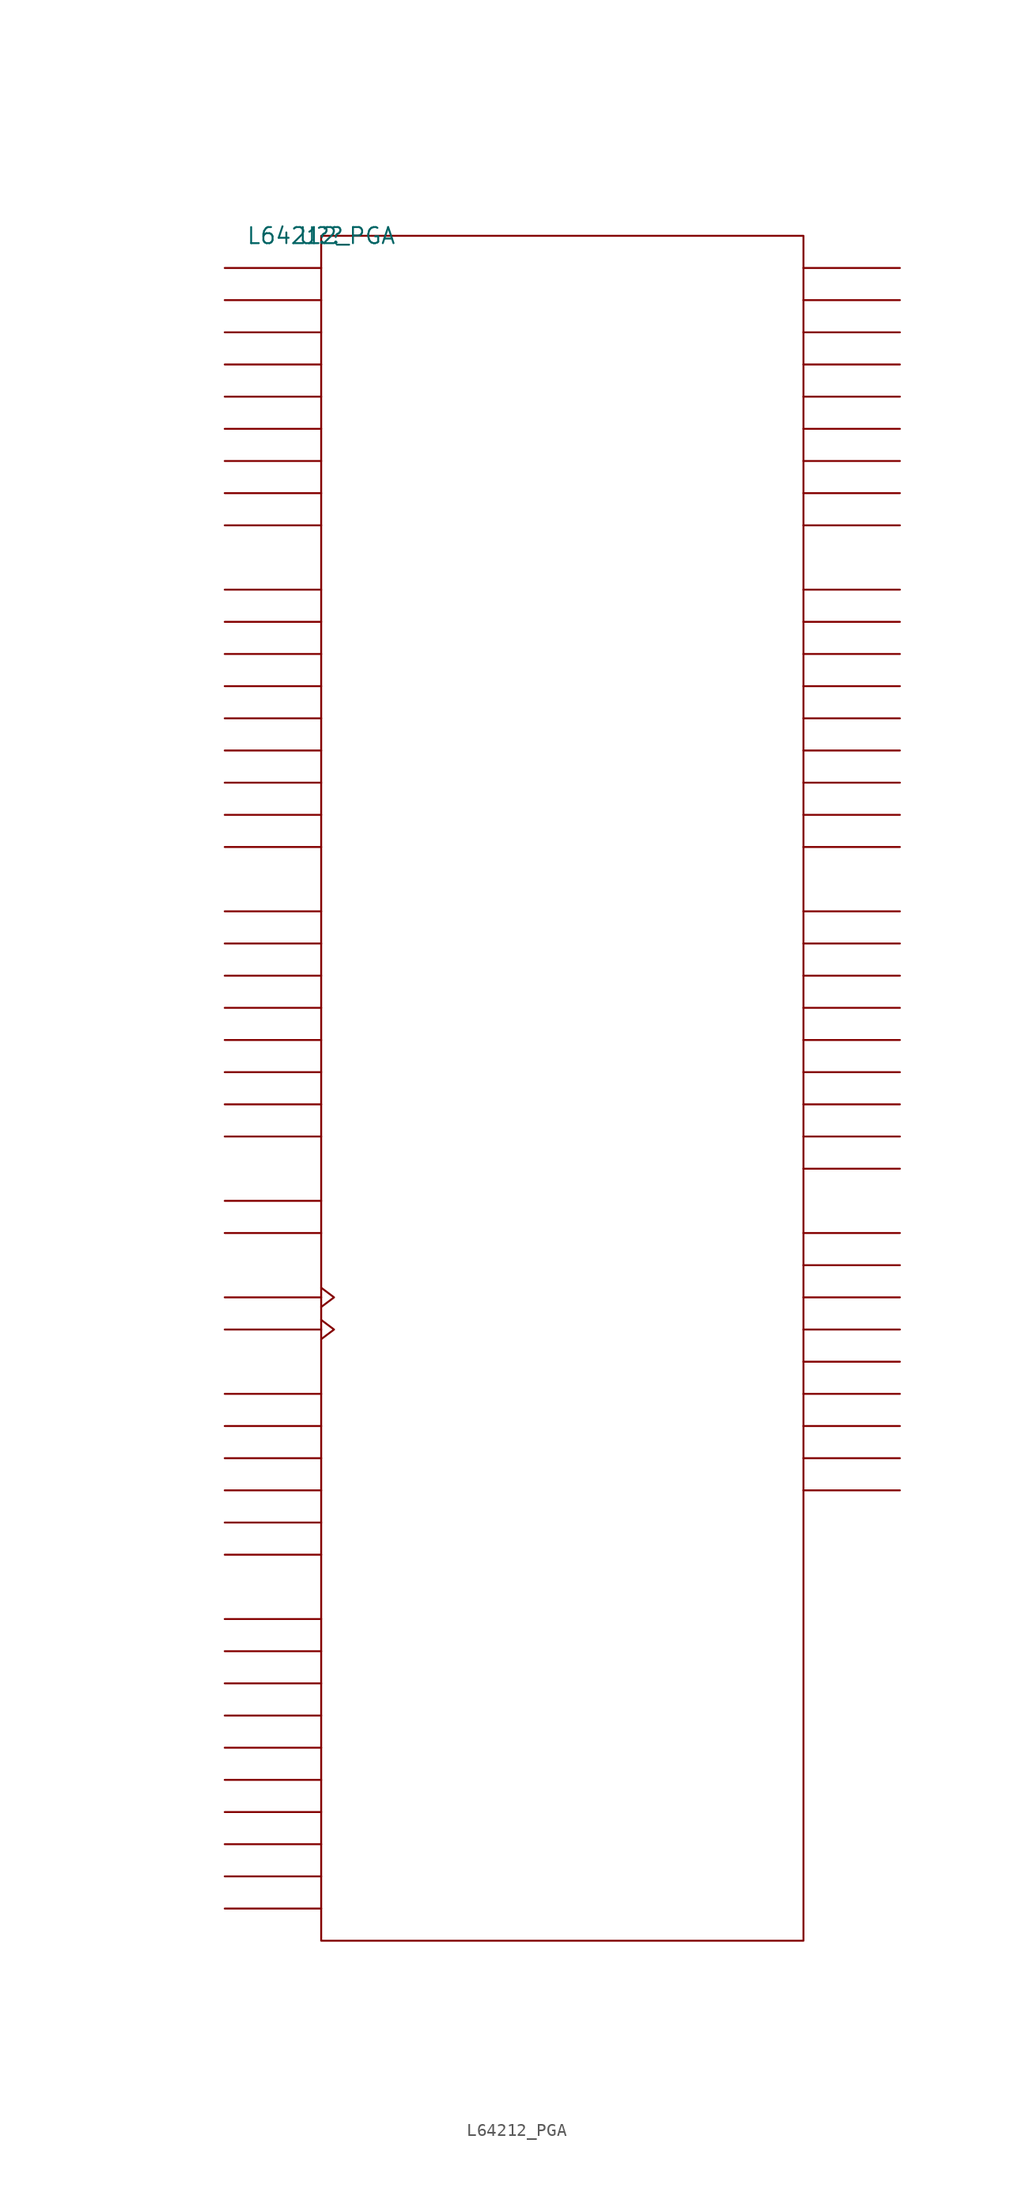
<source format=kicad_sym>
(kicad_symbol_lib
  (version 20211014)
  (generator kicad_symbol_editor)
  (symbol "L64212_PGA"
    (pin_names
      (offset 0.762))
    (property "Reference" "U?"
      (at 0 0 0)
      (effects (font (size 1.27 1.27))))
    (property "Value" "L64212_PGA"
      (at 0 0 0)
      (effects (font (size 1.27 1.27))))
    (symbol "L64212_PGA_0_1"
      (rectangle (start 0 -134.62) (end 38.1 0) (stroke (width 0) (type default) (color 0 0 0 0)) (fill (type none)))
      (polyline (pts (xy 0 -132.08) (xy -7.62 -132.08)) (stroke (width 0) (type default) (color 0 0 0 0)) (fill (type none)))
      (polyline (pts (xy 0 -129.54) (xy -7.62 -129.54)) (stroke (width 0) (type default) (color 0 0 0 0)) (fill (type none)))
      (polyline (pts (xy 0 -127) (xy -7.62 -127)) (stroke (width 0) (type default) (color 0 0 0 0)) (fill (type none)))
      (polyline (pts (xy 0 -124.46) (xy -7.62 -124.46)) (stroke (width 0) (type default) (color 0 0 0 0)) (fill (type none)))
      (polyline (pts (xy 0 -121.92) (xy -7.62 -121.92)) (stroke (width 0) (type default) (color 0 0 0 0)) (fill (type none)))
      (polyline (pts (xy 0 -119.38) (xy -7.62 -119.38)) (stroke (width 0) (type default) (color 0 0 0 0)) (fill (type none)))
      (polyline (pts (xy 0 -116.84) (xy -7.62 -116.84)) (stroke (width 0) (type default) (color 0 0 0 0)) (fill (type none)))
      (polyline (pts (xy 0 -114.3) (xy -7.62 -114.3)) (stroke (width 0) (type default) (color 0 0 0 0)) (fill (type none)))
      (polyline (pts (xy 0 -111.76) (xy -7.62 -111.76)) (stroke (width 0) (type default) (color 0 0 0 0)) (fill (type none)))
      (polyline (pts (xy 0 -109.22) (xy -7.62 -109.22)) (stroke (width 0) (type default) (color 0 0 0 0)) (fill (type none)))
      (polyline (pts (xy 0 -104.14) (xy -7.62 -104.14)) (stroke (width 0) (type default) (color 0 0 0 0)) (fill (type none)))
      (polyline (pts (xy 0 -101.6) (xy -7.62 -101.6)) (stroke (width 0) (type default) (color 0 0 0 0)) (fill (type none)))
      (polyline (pts (xy 0 -99.06) (xy -7.62 -99.06)) (stroke (width 0) (type default) (color 0 0 0 0)) (fill (type none)))
      (polyline (pts (xy 0 -96.52) (xy -7.62 -96.52)) (stroke (width 0) (type default) (color 0 0 0 0)) (fill (type none)))
      (polyline (pts (xy 0 -93.98) (xy -7.62 -93.98)) (stroke (width 0) (type default) (color 0 0 0 0)) (fill (type none)))
      (polyline (pts (xy 0 -91.44) (xy -7.62 -91.44)) (stroke (width 0) (type default) (color 0 0 0 0)) (fill (type none)))
      (polyline (pts (xy 0 -86.36) (xy -7.62 -86.36)) (stroke (width 0) (type default) (color 0 0 0 0)) (fill (type none)))
      (polyline (pts (xy 0 -83.82) (xy -7.62 -83.82)) (stroke (width 0) (type default) (color 0 0 0 0)) (fill (type none)))
      (polyline (pts (xy 0 -78.74) (xy -7.62 -78.74)) (stroke (width 0) (type default) (color 0 0 0 0)) (fill (type none)))
      (polyline (pts (xy 0 -76.2) (xy -7.62 -76.2)) (stroke (width 0) (type default) (color 0 0 0 0)) (fill (type none)))
      (polyline (pts (xy 0 -71.12) (xy -7.62 -71.12)) (stroke (width 0) (type default) (color 0 0 0 0)) (fill (type none)))
      (polyline (pts (xy 0 -68.58) (xy -7.62 -68.58)) (stroke (width 0) (type default) (color 0 0 0 0)) (fill (type none)))
      (polyline (pts (xy 0 -66.04) (xy -7.62 -66.04)) (stroke (width 0) (type default) (color 0 0 0 0)) (fill (type none)))
      (polyline (pts (xy 0 -63.5) (xy -7.62 -63.5)) (stroke (width 0) (type default) (color 0 0 0 0)) (fill (type none)))
      (polyline (pts (xy 0 -60.96) (xy -7.62 -60.96)) (stroke (width 0) (type default) (color 0 0 0 0)) (fill (type none)))
      (polyline (pts (xy 0 -58.42) (xy -7.62 -58.42)) (stroke (width 0) (type default) (color 0 0 0 0)) (fill (type none)))
      (polyline (pts (xy 0 -55.88) (xy -7.62 -55.88)) (stroke (width 0) (type default) (color 0 0 0 0)) (fill (type none)))
      (polyline (pts (xy 0 -53.34) (xy -7.62 -53.34)) (stroke (width 0) (type default) (color 0 0 0 0)) (fill (type none)))
      (polyline (pts (xy 0 -48.26) (xy -7.62 -48.26)) (stroke (width 0) (type default) (color 0 0 0 0)) (fill (type none)))
      (polyline (pts (xy 0 -45.72) (xy -7.62 -45.72)) (stroke (width 0) (type default) (color 0 0 0 0)) (fill (type none)))
      (polyline (pts (xy 0 -43.18) (xy -7.62 -43.18)) (stroke (width 0) (type default) (color 0 0 0 0)) (fill (type none)))
      (polyline (pts (xy 0 -40.64) (xy -7.62 -40.64)) (stroke (width 0) (type default) (color 0 0 0 0)) (fill (type none)))
      (polyline (pts (xy 0 -38.1) (xy -7.62 -38.1)) (stroke (width 0) (type default) (color 0 0 0 0)) (fill (type none)))
      (polyline (pts (xy 0 -35.56) (xy -7.62 -35.56)) (stroke (width 0) (type default) (color 0 0 0 0)) (fill (type none)))
      (polyline (pts (xy 0 -33.02) (xy -7.62 -33.02)) (stroke (width 0) (type default) (color 0 0 0 0)) (fill (type none)))
      (polyline (pts (xy 0 -30.48) (xy -7.62 -30.48)) (stroke (width 0) (type default) (color 0 0 0 0)) (fill (type none)))
      (polyline (pts (xy 0 -27.94) (xy -7.62 -27.94)) (stroke (width 0) (type default) (color 0 0 0 0)) (fill (type none)))
      (polyline (pts (xy 0 -22.86) (xy -7.62 -22.86)) (stroke (width 0) (type default) (color 0 0 0 0)) (fill (type none)))
      (polyline (pts (xy 0 -20.32) (xy -7.62 -20.32)) (stroke (width 0) (type default) (color 0 0 0 0)) (fill (type none)))
      (polyline (pts (xy 0 -17.78) (xy -7.62 -17.78)) (stroke (width 0) (type default) (color 0 0 0 0)) (fill (type none)))
      (polyline (pts (xy 0 -15.24) (xy -7.62 -15.24)) (stroke (width 0) (type default) (color 0 0 0 0)) (fill (type none)))
      (polyline (pts (xy 0 -12.7) (xy -7.62 -12.7)) (stroke (width 0) (type default) (color 0 0 0 0)) (fill (type none)))
      (polyline (pts (xy 0 -10.16) (xy -7.62 -10.16)) (stroke (width 0) (type default) (color 0 0 0 0)) (fill (type none)))
      (polyline (pts (xy 0 -7.62) (xy -7.62 -7.62)) (stroke (width 0) (type default) (color 0 0 0 0)) (fill (type none)))
      (polyline (pts (xy 0 -5.08) (xy -7.62 -5.08)) (stroke (width 0) (type default) (color 0 0 0 0)) (fill (type none)))
      (polyline (pts (xy 0 -2.54) (xy -7.62 -2.54)) (stroke (width 0) (type default) (color 0 0 0 0)) (fill (type none)))
      (polyline (pts (xy 38.1 -99.06) (xy 45.72 -99.06)) (stroke (width 0) (type default) (color 0 0 0 0)) (fill (type none)))
      (polyline (pts (xy 38.1 -96.52) (xy 45.72 -96.52)) (stroke (width 0) (type default) (color 0 0 0 0)) (fill (type none)))
      (polyline (pts (xy 38.1 -93.98) (xy 45.72 -93.98)) (stroke (width 0) (type default) (color 0 0 0 0)) (fill (type none)))
      (polyline (pts (xy 38.1 -91.44) (xy 45.72 -91.44)) (stroke (width 0) (type default) (color 0 0 0 0)) (fill (type none)))
      (polyline (pts (xy 38.1 -88.9) (xy 45.72 -88.9)) (stroke (width 0) (type default) (color 0 0 0 0)) (fill (type none)))
      (polyline (pts (xy 38.1 -86.36) (xy 45.72 -86.36)) (stroke (width 0) (type default) (color 0 0 0 0)) (fill (type none)))
      (polyline (pts (xy 38.1 -83.82) (xy 45.72 -83.82)) (stroke (width 0) (type default) (color 0 0 0 0)) (fill (type none)))
      (polyline (pts (xy 38.1 -81.28) (xy 45.72 -81.28)) (stroke (width 0) (type default) (color 0 0 0 0)) (fill (type none)))
      (polyline (pts (xy 38.1 -78.74) (xy 45.72 -78.74)) (stroke (width 0) (type default) (color 0 0 0 0)) (fill (type none)))
      (polyline (pts (xy 38.1 -73.66) (xy 45.72 -73.66)) (stroke (width 0) (type default) (color 0 0 0 0)) (fill (type none)))
      (polyline (pts (xy 38.1 -71.12) (xy 45.72 -71.12)) (stroke (width 0) (type default) (color 0 0 0 0)) (fill (type none)))
      (polyline (pts (xy 38.1 -68.58) (xy 45.72 -68.58)) (stroke (width 0) (type default) (color 0 0 0 0)) (fill (type none)))
      (polyline (pts (xy 38.1 -66.04) (xy 45.72 -66.04)) (stroke (width 0) (type default) (color 0 0 0 0)) (fill (type none)))
      (polyline (pts (xy 38.1 -63.5) (xy 45.72 -63.5)) (stroke (width 0) (type default) (color 0 0 0 0)) (fill (type none)))
      (polyline (pts (xy 38.1 -60.96) (xy 45.72 -60.96)) (stroke (width 0) (type default) (color 0 0 0 0)) (fill (type none)))
      (polyline (pts (xy 38.1 -58.42) (xy 45.72 -58.42)) (stroke (width 0) (type default) (color 0 0 0 0)) (fill (type none)))
      (polyline (pts (xy 38.1 -55.88) (xy 45.72 -55.88)) (stroke (width 0) (type default) (color 0 0 0 0)) (fill (type none)))
      (polyline (pts (xy 38.1 -53.34) (xy 45.72 -53.34)) (stroke (width 0) (type default) (color 0 0 0 0)) (fill (type none)))
      (polyline (pts (xy 38.1 -48.26) (xy 45.72 -48.26)) (stroke (width 0) (type default) (color 0 0 0 0)) (fill (type none)))
      (polyline (pts (xy 38.1 -45.72) (xy 45.72 -45.72)) (stroke (width 0) (type default) (color 0 0 0 0)) (fill (type none)))
      (polyline (pts (xy 38.1 -43.18) (xy 45.72 -43.18)) (stroke (width 0) (type default) (color 0 0 0 0)) (fill (type none)))
      (polyline (pts (xy 38.1 -40.64) (xy 45.72 -40.64)) (stroke (width 0) (type default) (color 0 0 0 0)) (fill (type none)))
      (polyline (pts (xy 38.1 -38.1) (xy 45.72 -38.1)) (stroke (width 0) (type default) (color 0 0 0 0)) (fill (type none)))
      (polyline (pts (xy 38.1 -35.56) (xy 45.72 -35.56)) (stroke (width 0) (type default) (color 0 0 0 0)) (fill (type none)))
      (polyline (pts (xy 38.1 -33.02) (xy 45.72 -33.02)) (stroke (width 0) (type default) (color 0 0 0 0)) (fill (type none)))
      (polyline (pts (xy 38.1 -30.48) (xy 45.72 -30.48)) (stroke (width 0) (type default) (color 0 0 0 0)) (fill (type none)))
      (polyline (pts (xy 38.1 -27.94) (xy 45.72 -27.94)) (stroke (width 0) (type default) (color 0 0 0 0)) (fill (type none)))
      (polyline (pts (xy 38.1 -22.86) (xy 45.72 -22.86)) (stroke (width 0) (type default) (color 0 0 0 0)) (fill (type none)))
      (polyline (pts (xy 38.1 -20.32) (xy 45.72 -20.32)) (stroke (width 0) (type default) (color 0 0 0 0)) (fill (type none)))
      (polyline (pts (xy 38.1 -17.78) (xy 45.72 -17.78)) (stroke (width 0) (type default) (color 0 0 0 0)) (fill (type none)))
      (polyline (pts (xy 38.1 -15.24) (xy 45.72 -15.24)) (stroke (width 0) (type default) (color 0 0 0 0)) (fill (type none)))
      (polyline (pts (xy 38.1 -12.7) (xy 45.72 -12.7)) (stroke (width 0) (type default) (color 0 0 0 0)) (fill (type none)))
      (polyline (pts (xy 38.1 -10.16) (xy 45.72 -10.16)) (stroke (width 0) (type default) (color 0 0 0 0)) (fill (type none)))
      (polyline (pts (xy 38.1 -7.62) (xy 45.72 -7.62)) (stroke (width 0) (type default) (color 0 0 0 0)) (fill (type none)))
      (polyline (pts (xy 38.1 -5.08) (xy 45.72 -5.08)) (stroke (width 0) (type default) (color 0 0 0 0)) (fill (type none)))
      (polyline (pts (xy 38.1 -2.54) (xy 45.72 -2.54)) (stroke (width 0) (type default) (color 0 0 0 0)) (fill (type none)))
      (polyline (pts (xy 0 -85.598) (xy 1.016 -86.36) (xy 0 -87.122)) (stroke (width 0) (type default) (color 0 0 0 0)) (fill (type none)))
      (polyline (pts (xy 0 -83.058) (xy 1.016 -83.82) (xy 0 -84.582)) (stroke (width 0) (type default) (color 0 0 0 0)) (fill (type none))))
    (symbol "L64212_PGA_1_1"
      (pin unspecified line (at 45.72 -93.98 180) (length 7.62) hide (name "DO3.6" (effects (font (size 1.245 1.245)))) (number "A10" (effects (font (size 1.245 1.245)))))
      (pin power_in line (at 10.16 -134.62 180) (length 7.62) hide (name "GND" (effects (font (size 1.245 1.245)))) (number "A11" (effects (font (size 1.245 1.245)))))
      (pin unspecified line (at 45.72 -99.06 180) (length 7.62) hide (name "DO3.8" (effects (font (size 1.245 1.245)))) (number "A12" (effects (font (size 1.245 1.245)))))
      (pin power_in line (at 12.7 -134.62 180) (length 7.62) hide (name "GND" (effects (font (size 1.245 1.245)))) (number "A13" (effects (font (size 1.245 1.245)))))
      (pin power_in line (at -7.62 -111.76 0) (length 7.62) hide (name "VDD" (effects (font (size 1.245 1.245)))) (number "A14" (effects (font (size 1.245 1.245)))))
      (pin power_in line (at 7.62 -134.62 180) (length 7.62) hide (name "GND" (effects (font (size 1.245 1.245)))) (number "A2" (effects (font (size 1.245 1.245)))))
      (pin power_in line (at -7.62 -109.22 0) (length 7.62) hide (name "VDD" (effects (font (size 1.245 1.245)))) (number "A3" (effects (font (size 1.245 1.245)))))
      (pin unspecified line (at -7.62 -12.7 0) (length 7.62) hide (name "DI0.4" (effects (font (size 1.245 1.245)))) (number "A4" (effects (font (size 1.245 1.245)))))
      (pin unspecified line (at -7.62 -17.78 0) (length 7.62) hide (name "DI0.6" (effects (font (size 1.245 1.245)))) (number "A5" (effects (font (size 1.245 1.245)))))
      (pin unspecified line (at -7.62 -22.86 0) (length 7.62) hide (name "DI0.8" (effects (font (size 1.245 1.245)))) (number "A6" (effects (font (size 1.245 1.245)))))
      (pin unspecified line (at 45.72 -81.28 180) (length 7.62) hide (name "DO3.1" (effects (font (size 1.245 1.245)))) (number "A7" (effects (font (size 1.245 1.245)))))
      (pin unspecified line (at 45.72 -83.82 180) (length 7.62) hide (name "DO3.2" (effects (font (size 1.245 1.245)))) (number "A8" (effects (font (size 1.245 1.245)))))
      (pin unspecified line (at 45.72 -88.9 180) (length 7.62) hide (name "DO3.4" (effects (font (size 1.245 1.245)))) (number "A9" (effects (font (size 1.245 1.245)))))
      (pin power_in line (at -7.62 -114.3 0) (length 7.62) hide (name "VDD" (effects (font (size 1.245 1.245)))) (number "B1" (effects (font (size 1.245 1.245)))))
      (pin power_in line (at -7.62 -116.84 0) (length 7.62) hide (name "VDD" (effects (font (size 1.245 1.245)))) (number "B10" (effects (font (size 1.245 1.245)))))
      (pin unspecified line (at 45.72 -96.52 180) (length 7.62) hide (name "DO3.7" (effects (font (size 1.245 1.245)))) (number "B11" (effects (font (size 1.245 1.245)))))
      (pin unspecified line (at -7.62 -104.14 0) (length 7.62) hide (name "W\\E\\" (effects (font (size 1.245 1.245)))) (number "B12" (effects (font (size 1.245 1.245)))))
      (pin unspecified line (at -7.62 -76.2 0) (length 7.62) hide (name "RA.0" (effects (font (size 1.245 1.245)))) (number "B13" (effects (font (size 1.245 1.245)))))
      (pin power_in line (at 17.78 -134.62 180) (length 7.62) hide (name "GND" (effects (font (size 1.245 1.245)))) (number "B14" (effects (font (size 1.245 1.245)))))
      (pin unspecified line (at -7.62 -7.62 0) (length 7.62) hide (name "DI0.2" (effects (font (size 1.245 1.245)))) (number "B2" (effects (font (size 1.245 1.245)))))
      (pin unspecified line (at -7.62 -10.16 0) (length 7.62) hide (name "DI0.3" (effects (font (size 1.245 1.245)))) (number "B3" (effects (font (size 1.245 1.245)))))
      (pin power_in line (at 15.24 -134.62 180) (length 7.62) hide (name "GND" (effects (font (size 1.245 1.245)))) (number "B4" (effects (font (size 1.245 1.245)))))
      (pin unspecified line (at -7.62 -15.24 0) (length 7.62) hide (name "DI0.5" (effects (font (size 1.245 1.245)))) (number "B5" (effects (font (size 1.245 1.245)))))
      (pin unspecified line (at -7.62 -20.32 0) (length 7.62) hide (name "DI0.7" (effects (font (size 1.245 1.245)))) (number "B6" (effects (font (size 1.245 1.245)))))
      (pin unspecified line (at 45.72 -78.74 180) (length 7.62) hide (name "DO3.0" (effects (font (size 1.245 1.245)))) (number "B7" (effects (font (size 1.245 1.245)))))
      (pin unspecified line (at 45.72 -86.36 180) (length 7.62) hide (name "DO3.3" (effects (font (size 1.245 1.245)))) (number "B8" (effects (font (size 1.245 1.245)))))
      (pin unspecified line (at 45.72 -91.44 180) (length 7.62) hide (name "DO3.5" (effects (font (size 1.245 1.245)))) (number "B9" (effects (font (size 1.245 1.245)))))
      (pin unspecified line (at -7.62 -2.54 0) (length 7.62) hide (name "DI0.0" (effects (font (size 1.245 1.245)))) (number "C1" (effects (font (size 1.245 1.245)))))
      (pin unspecified line (at -7.62 -78.74 0) (length 7.62) hide (name "RA.1" (effects (font (size 1.245 1.245)))) (number "C13" (effects (font (size 1.245 1.245)))))
      (pin unspecified line (at -7.62 -53.34 0) (length 7.62) hide (name "CI0" (effects (font (size 1.245 1.245)))) (number "C14" (effects (font (size 1.245 1.245)))))
      (pin unspecified line (at -7.62 -5.08 0) (length 7.62) hide (name "DI0.1" (effects (font (size 1.245 1.245)))) (number "C2" (effects (font (size 1.245 1.245)))))
      (pin unspecified line (at -7.62 -93.98 0) (length 7.62) hide (name "R\\S\\T\\" (effects (font (size 1.245 1.245)))) (number "D1" (effects (font (size 1.245 1.245)))))
      (pin unspecified line (at -7.62 -55.88 0) (length 7.62) hide (name "CI1" (effects (font (size 1.245 1.245)))) (number "D13" (effects (font (size 1.245 1.245)))))
      (pin unspecified line (at -7.62 -58.42 0) (length 7.62) hide (name "CI2" (effects (font (size 1.245 1.245)))) (number "D14" (effects (font (size 1.245 1.245)))))
      (pin unspecified line (at -7.62 -99.06 0) (length 7.62) hide (name "SH/H\\L\\D\\" (effects (font (size 1.245 1.245)))) (number "D2" (effects (font (size 1.245 1.245)))))
      (pin unspecified line (at 45.72 -20.32 180) (length 7.62) hide (name "DO0.7" (effects (font (size 1.245 1.245)))) (number "E1" (effects (font (size 1.245 1.245)))))
      (pin unspecified line (at -7.62 -60.96 0) (length 7.62) hide (name "CI3" (effects (font (size 1.245 1.245)))) (number "E13" (effects (font (size 1.245 1.245)))))
      (pin unspecified line (at -7.62 -63.5 0) (length 7.62) hide (name "CI4" (effects (font (size 1.245 1.245)))) (number "E14" (effects (font (size 1.245 1.245)))))
      (pin unspecified line (at 45.72 -22.86 180) (length 7.62) hide (name "DO0.8" (effects (font (size 1.245 1.245)))) (number "E2" (effects (font (size 1.245 1.245)))))
      (pin unspecified line (at 45.72 -15.24 180) (length 7.62) hide (name "DO0.5" (effects (font (size 1.245 1.245)))) (number "F1" (effects (font (size 1.245 1.245)))))
      (pin unspecified line (at -7.62 -66.04 0) (length 7.62) hide (name "CI5" (effects (font (size 1.245 1.245)))) (number "F13" (effects (font (size 1.245 1.245)))))
      (pin unspecified line (at -7.62 -68.58 0) (length 7.62) hide (name "CI6" (effects (font (size 1.245 1.245)))) (number "F14" (effects (font (size 1.245 1.245)))))
      (pin unspecified line (at 45.72 -17.78 180) (length 7.62) hide (name "DO0.6" (effects (font (size 1.245 1.245)))) (number "F2" (effects (font (size 1.245 1.245)))))
      (pin power_in line (at 20.32 -134.62 180) (length 7.62) hide (name "GND" (effects (font (size 1.245 1.245)))) (number "G1" (effects (font (size 1.245 1.245)))))
      (pin power_in line (at 22.86 -134.62 180) (length 7.62) hide (name "GND" (effects (font (size 1.245 1.245)))) (number "G13" (effects (font (size 1.245 1.245)))))
      (pin unspecified line (at -7.62 -71.12 0) (length 7.62) hide (name "CI7" (effects (font (size 1.245 1.245)))) (number "G14" (effects (font (size 1.245 1.245)))))
      (pin unspecified line (at 45.72 -12.7 180) (length 7.62) hide (name "DO0.4" (effects (font (size 1.245 1.245)))) (number "G2" (effects (font (size 1.245 1.245)))))
      (pin unspecified line (at 45.72 -10.16 180) (length 7.62) hide (name "DO0.3" (effects (font (size 1.245 1.245)))) (number "H1" (effects (font (size 1.245 1.245)))))
      (pin unspecified line (at 45.72 -53.34 180) (length 7.62) hide (name "DO2.0" (effects (font (size 1.245 1.245)))) (number "H13" (effects (font (size 1.245 1.245)))))
      (pin power_in line (at -7.62 -119.38 0) (length 7.62) hide (name "VDD" (effects (font (size 1.245 1.245)))) (number "H14" (effects (font (size 1.245 1.245)))))
      (pin unspecified line (at 45.72 -7.62 180) (length 7.62) hide (name "DO0.2" (effects (font (size 1.245 1.245)))) (number "H2" (effects (font (size 1.245 1.245)))))
      (pin unspecified line (at 45.72 -5.08 180) (length 7.62) hide (name "DO0.1" (effects (font (size 1.245 1.245)))) (number "J1" (effects (font (size 1.245 1.245)))))
      (pin unspecified line (at 45.72 -58.42 180) (length 7.62) hide (name "DO2.2" (effects (font (size 1.245 1.245)))) (number "J13" (effects (font (size 1.245 1.245)))))
      (pin unspecified line (at 45.72 -55.88 180) (length 7.62) hide (name "DO2.1" (effects (font (size 1.245 1.245)))) (number "J14" (effects (font (size 1.245 1.245)))))
      (pin unspecified line (at 45.72 -2.54 180) (length 7.62) hide (name "DO0.0" (effects (font (size 1.245 1.245)))) (number "J2" (effects (font (size 1.245 1.245)))))
      (pin unspecified line (at 45.72 -63.5 180) (length 7.62) hide (name "DO2.4" (effects (font (size 1.245 1.245)))) (number "K13" (effects (font (size 1.245 1.245)))))
      (pin unspecified line (at 45.72 -60.96 180) (length 7.62) hide (name "DO2.3" (effects (font (size 1.245 1.245)))) (number "K14" (effects (font (size 1.245 1.245)))))
      (pin unspecified line (at -7.62 -83.82 180) (length 7.62) hide (name "CLK" (effects (font (size 1.245 1.245)))) (number "K2" (effects (font (size 1.245 1.245)))))
      (pin unspecified line (at -7.62 -86.36 180) (length 7.62) hide (name "WCLK" (effects (font (size 1.245 1.245)))) (number "L1" (effects (font (size 1.245 1.245)))))
      (pin unspecified line (at 45.72 -68.58 180) (length 7.62) hide (name "DO2.6" (effects (font (size 1.245 1.245)))) (number "L13" (effects (font (size 1.245 1.245)))))
      (pin unspecified line (at 45.72 -66.04 180) (length 7.62) hide (name "DO2.5" (effects (font (size 1.245 1.245)))) (number "L14" (effects (font (size 1.245 1.245)))))
      (pin unspecified line (at -7.62 -96.52 0) (length 7.62) hide (name "SELCLK" (effects (font (size 1.245 1.245)))) (number "L2" (effects (font (size 1.245 1.245)))))
      (pin unspecified line (at -7.62 -91.44 0) (length 7.62) hide (name "O\\E\\" (effects (font (size 1.245 1.245)))) (number "M1" (effects (font (size 1.245 1.245)))))
      (pin unspecified line (at 45.72 -73.66 180) (length 7.62) hide (name "DO2.8" (effects (font (size 1.245 1.245)))) (number "M13" (effects (font (size 1.245 1.245)))))
      (pin unspecified line (at 45.72 -71.12 180) (length 7.62) hide (name "DO2.7" (effects (font (size 1.245 1.245)))) (number "M14" (effects (font (size 1.245 1.245)))))
      (pin unspecified line (at 45.72 -48.26 180) (length 7.62) hide (name "DO1.8" (effects (font (size 1.245 1.245)))) (number "M2" (effects (font (size 1.245 1.245)))))
      (pin power_in line (at 25.4 -134.62 180) (length 7.62) hide (name "GND" (effects (font (size 1.245 1.245)))) (number "N1" (effects (font (size 1.245 1.245)))))
      (pin power_in line (at -7.62 -121.92 0) (length 7.62) hide (name "VDD" (effects (font (size 1.245 1.245)))) (number "N10" (effects (font (size 1.245 1.245)))))
      (pin unspecified line (at -7.62 -35.56 0) (length 7.62) hide (name "DI1.3" (effects (font (size 1.245 1.245)))) (number "N11" (effects (font (size 1.245 1.245)))))
      (pin unspecified line (at -7.62 -30.48 0) (length 7.62) hide (name "DI1.1" (effects (font (size 1.245 1.245)))) (number "N12" (effects (font (size 1.245 1.245)))))
      (pin unspecified line (at -7.62 -27.94 0) (length 7.62) hide (name "DI1.0" (effects (font (size 1.245 1.245)))) (number "N13" (effects (font (size 1.245 1.245)))))
      (pin power_in line (at -7.62 -124.46 0) (length 7.62) hide (name "VDD" (effects (font (size 1.245 1.245)))) (number "N14" (effects (font (size 1.245 1.245)))))
      (pin unspecified line (at 45.72 -45.72 180) (length 7.62) hide (name "DO1.7" (effects (font (size 1.245 1.245)))) (number "N2" (effects (font (size 1.245 1.245)))))
      (pin unspecified line (at 45.72 -43.18 180) (length 7.62) hide (name "DO1.6" (effects (font (size 1.245 1.245)))) (number "N3" (effects (font (size 1.245 1.245)))))
      (pin power_in line (at 27.94 -134.62 180) (length 7.62) hide (name "GND" (effects (font (size 1.245 1.245)))) (number "N4" (effects (font (size 1.245 1.245)))))
      (pin unspecified line (at 45.72 -38.1 180) (length 7.62) hide (name "DO1.4" (effects (font (size 1.245 1.245)))) (number "N5" (effects (font (size 1.245 1.245)))))
      (pin unspecified line (at 45.72 -33.02 180) (length 7.62) hide (name "DO1.2" (effects (font (size 1.245 1.245)))) (number "N6" (effects (font (size 1.245 1.245)))))
      (pin unspecified line (at 45.72 -27.94 180) (length 7.62) hide (name "DO1.0" (effects (font (size 1.245 1.245)))) (number "N7" (effects (font (size 1.245 1.245)))))
      (pin unspecified line (at -7.62 -48.26 0) (length 7.62) hide (name "DI1.8" (effects (font (size 1.245 1.245)))) (number "N8" (effects (font (size 1.245 1.245)))))
      (pin unspecified line (at -7.62 -40.64 0) (length 7.62) hide (name "DI1.5" (effects (font (size 1.245 1.245)))) (number "N9" (effects (font (size 1.245 1.245)))))
      (pin power_in line (at -7.62 -127 0) (length 7.62) hide (name "VDD" (effects (font (size 1.245 1.245)))) (number "P1" (effects (font (size 1.245 1.245)))))
      (pin unspecified line (at -7.62 -38.1 0) (length 7.62) hide (name "DI1.4" (effects (font (size 1.245 1.245)))) (number "P10" (effects (font (size 1.245 1.245)))))
      (pin power_in line (at 33.02 -134.62 180) (length 7.62) hide (name "GND" (effects (font (size 1.245 1.245)))) (number "P11" (effects (font (size 1.245 1.245)))))
      (pin unspecified line (at -7.62 -33.02 0) (length 7.62) hide (name "DI1.2" (effects (font (size 1.245 1.245)))) (number "P12" (effects (font (size 1.245 1.245)))))
      (pin power_in line (at -7.62 -132.08 0) (length 7.62) hide (name "VDD" (effects (font (size 1.245 1.245)))) (number "P13" (effects (font (size 1.245 1.245)))))
      (pin power_in line (at 35.56 -134.62 180) (length 7.62) hide (name "GND" (effects (font (size 1.245 1.245)))) (number "P14" (effects (font (size 1.245 1.245)))))
      (pin power_in line (at 30.48 -134.62 180) (length 7.62) hide (name "GND" (effects (font (size 1.245 1.245)))) (number "P2" (effects (font (size 1.245 1.245)))))
      (pin unspecified line (at 45.72 -40.64 180) (length 7.62) hide (name "DO1.5" (effects (font (size 1.245 1.245)))) (number "P3" (effects (font (size 1.245 1.245)))))
      (pin power_in line (at -7.62 -129.54 0) (length 7.62) hide (name "VDD" (effects (font (size 1.245 1.245)))) (number "P4" (effects (font (size 1.245 1.245)))))
      (pin unspecified line (at 45.72 -35.56 180) (length 7.62) hide (name "DO1.3" (effects (font (size 1.245 1.245)))) (number "P5" (effects (font (size 1.245 1.245)))))
      (pin unspecified line (at 45.72 -30.48 180) (length 7.62) hide (name "DO1.1" (effects (font (size 1.245 1.245)))) (number "P6" (effects (font (size 1.245 1.245)))))
      (pin unspecified line (at -7.62 -101.6 0) (length 7.62) hide (name "SRWE" (effects (font (size 1.245 1.245)))) (number "P7" (effects (font (size 1.245 1.245)))))
      (pin unspecified line (at -7.62 -45.72 0) (length 7.62) hide (name "DI1.7" (effects (font (size 1.245 1.245)))) (number "P8" (effects (font (size 1.245 1.245)))))
      (pin unspecified line (at -7.62 -43.18 0) (length 7.62) hide (name "DI1.6" (effects (font (size 1.245 1.245)))) (number "P9" (effects (font (size 1.245 1.245))))))))
</source>
